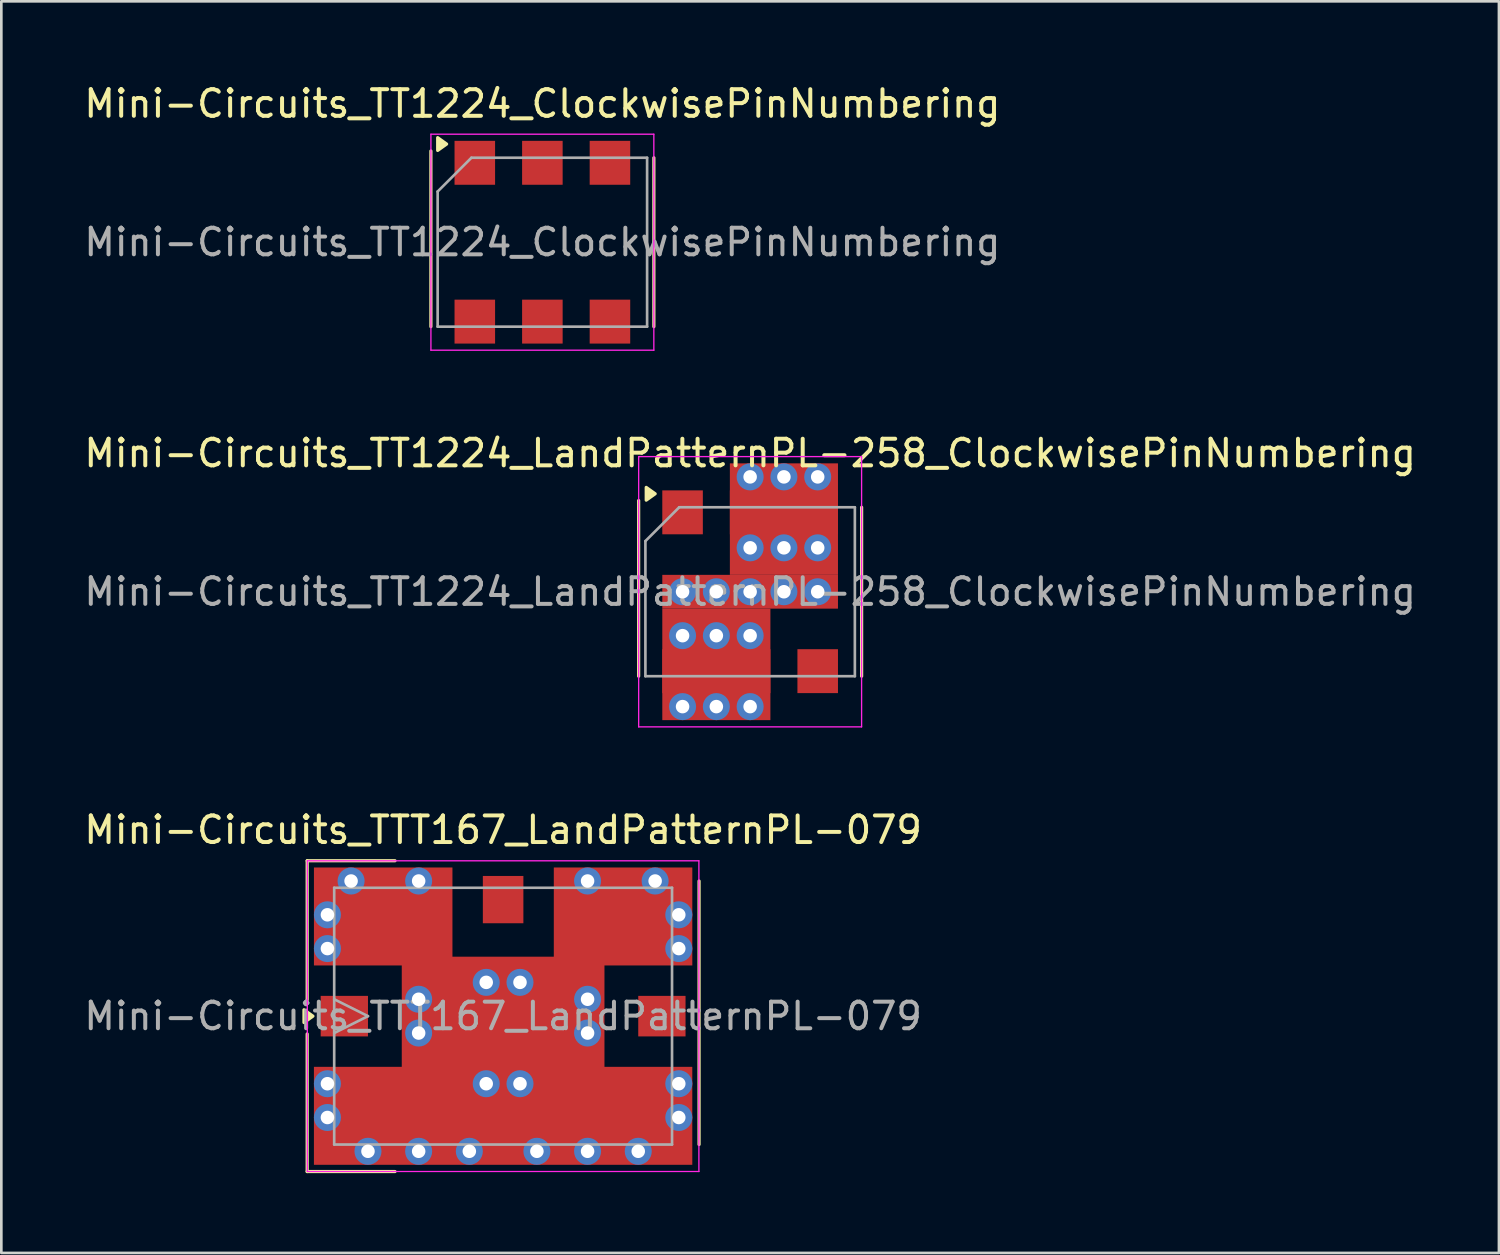
<source format=kicad_pcb>
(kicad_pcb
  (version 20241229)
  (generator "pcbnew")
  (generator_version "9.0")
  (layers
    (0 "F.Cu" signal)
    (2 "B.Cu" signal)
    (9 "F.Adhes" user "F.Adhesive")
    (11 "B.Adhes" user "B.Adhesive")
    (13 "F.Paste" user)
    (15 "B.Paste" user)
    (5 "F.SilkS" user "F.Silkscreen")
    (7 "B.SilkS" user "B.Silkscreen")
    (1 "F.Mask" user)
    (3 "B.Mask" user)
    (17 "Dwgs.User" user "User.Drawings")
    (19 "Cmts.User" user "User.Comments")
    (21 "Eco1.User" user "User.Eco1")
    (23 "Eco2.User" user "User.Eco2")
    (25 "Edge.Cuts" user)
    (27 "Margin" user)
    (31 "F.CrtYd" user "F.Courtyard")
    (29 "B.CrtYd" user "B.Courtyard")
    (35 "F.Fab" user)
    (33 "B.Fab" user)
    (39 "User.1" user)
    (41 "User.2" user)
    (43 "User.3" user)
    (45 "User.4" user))
  (footprint "Mini-Circuits_TT1224_ClockwisePinNumbering"
    (layer "F.Cu")
    (at 17.339 6.055)
    (property "Reference" "Mini-Circuits_TT1224_ClockwisePinNumbering" (at 0 -5.207 0) (layer "F.SilkS") (effects (font (size 1 1) (thickness 0.15))))
    (attr smd)
    (fp_line (start -4.191 3.175) (end -4.191 -3.429) (stroke (width 0.12) (type solid)) (layer "F.SilkS"))
    (fp_line (start 4.191 -3.175) (end 4.191 3.175) (stroke (width 0.12) (type solid)) (layer "F.SilkS"))
    (fp_poly (pts (xy -3.6 -3.69) (xy -3.936 -3.45) (xy -3.936 -3.93) (xy -3.6 -3.69)) (stroke (width 0.12) (type solid)) (fill yes) (layer "F.SilkS"))
    (fp_line (start -4.19 -4.06) (end -4.19 4.06) (stroke (width 0.05) (type solid)) (layer "F.CrtYd"))
    (fp_line (start -4.19 -4.06) (end 4.19 -4.06) (stroke (width 0.05) (type solid)) (layer "F.CrtYd"))
    (fp_line (start 4.19 4.06) (end -4.19 4.06) (stroke (width 0.05) (type solid)) (layer "F.CrtYd"))
    (fp_line (start 4.19 4.06) (end 4.19 -4.06) (stroke (width 0.05) (type solid)) (layer "F.CrtYd"))
    (fp_line (start -3.937 3.175) (end -3.937 -1.905) (stroke (width 0.1) (type solid)) (layer "F.Fab"))
    (fp_line (start -2.667 -3.175) (end -3.937 -1.905) (stroke (width 0.1) (type solid)) (layer "F.Fab"))
    (fp_line (start -2.667 -3.175) (end 3.937 -3.175) (stroke (width 0.1) (type solid)) (layer "F.Fab"))
    (fp_line (start 3.937 3.175) (end -3.937 3.175) (stroke (width 0.1) (type solid)) (layer "F.Fab"))
    (fp_line (start 3.937 3.175) (end 3.937 -3.175) (stroke (width 0.1) (type solid)) (layer "F.Fab"))
    (fp_text user "${REFERENCE}" (at 0 0 180) (layer "F.Fab") (effects (font (size 1 1) (thickness 0.15))))
    (pad "1" smd rect (at -2.54 -2.985 270) (size 1.651 1.524) (layers "F.Cu" "F.Mask" "F.Paste"))
    (pad "2" smd rect (at 0 -2.985 270) (size 1.651 1.524) (layers "F.Cu" "F.Mask" "F.Paste"))
    (pad "3" smd rect (at 2.54 -2.985 270) (size 1.651 1.524) (layers "F.Cu" "F.Mask" "F.Paste"))
    (pad "4" smd rect (at 2.54 2.985 90) (size 1.651 1.524) (layers "F.Cu" "F.Mask" "F.Paste"))
    (pad "5" smd rect (at 0 2.985 90) (size 1.651 1.524) (layers "F.Cu" "F.Mask" "F.Paste"))
    (pad "6" smd rect (at -2.54 2.985 90) (size 1.651 1.524) (layers "F.Cu" "F.Mask" "F.Paste")))
  (footprint "Mini-Circuits_TT1224_LandPatternPL-258_ClockwisePinNumbering"
    (layer "F.Cu")
    (at 25.149 19.195)
    (property "Reference" "Mini-Circuits_TT1224_LandPatternPL-258_ClockwisePinNumbering" (at 0 -5.207 0) (layer "F.SilkS") (effects (font (size 1 1) (thickness 0.15))))
    (attr smd)
    (fp_line (start -4.191 3.175) (end -4.191 -3.429) (stroke (width 0.12) (type solid)) (layer "F.SilkS"))
    (fp_line (start 4.191 -3.175) (end 4.191 3.175) (stroke (width 0.12) (type solid)) (layer "F.SilkS"))
    (fp_poly (pts (xy -3.57 -3.683) (xy -3.906 -3.443) (xy -3.906 -3.923) (xy -3.57 -3.683)) (stroke (width 0.12) (type solid)) (fill yes) (layer "F.SilkS"))
    (fp_line (start -4.19 5.08) (end -4.19 -5.08) (stroke (width 0.05) (type solid)) (layer "F.CrtYd"))
    (fp_line (start -4.19 5.08) (end 4.19 5.08) (stroke (width 0.05) (type solid)) (layer "F.CrtYd"))
    (fp_line (start 4.19 -5.08) (end -4.19 -5.08) (stroke (width 0.05) (type solid)) (layer "F.CrtYd"))
    (fp_line (start 4.19 -5.08) (end 4.19 5.08) (stroke (width 0.05) (type solid)) (layer "F.CrtYd"))
    (fp_line (start -3.937 3.175) (end -3.937 -1.905) (stroke (width 0.1) (type solid)) (layer "F.Fab"))
    (fp_line (start -2.667 -3.175) (end -3.937 -1.905) (stroke (width 0.1) (type solid)) (layer "F.Fab"))
    (fp_line (start -2.667 -3.175) (end 3.937 -3.175) (stroke (width 0.1) (type solid)) (layer "F.Fab"))
    (fp_line (start 3.937 3.175) (end -3.937 3.175) (stroke (width 0.1) (type solid)) (layer "F.Fab"))
    (fp_line (start 3.937 3.175) (end 3.937 -3.175) (stroke (width 0.1) (type solid)) (layer "F.Fab"))
    (fp_text user "${REFERENCE}" (at 0 0 180) (layer "F.Fab") (effects (font (size 1 1) (thickness 0.15))))
    (pad "1" smd rect (at -2.54 -2.985 270) (size 1.651 1.524) (layers "F.Cu" "F.Mask" "F.Paste"))
    (pad "2" thru_hole circle (at -2.54 0 90) (size 1.016 1.016) (drill 0.508) (layers "*.Cu"))
    (pad "2" thru_hole circle (at -2.54 1.651 90) (size 1.016 1.016) (drill 0.508) (layers "*.Cu"))
    (pad "2" thru_hole circle (at -2.54 4.318 90) (size 1.016 1.016) (drill 0.508) (layers "*.Cu"))
    (pad "2" thru_hole circle (at -1.27 0 90) (size 1.016 1.016) (drill 0.508) (layers "*.Cu"))
    (pad "2" thru_hole circle (at -1.27 1.651 90) (size 1.016 1.016) (drill 0.508) (layers "*.Cu"))
    (pad "2" smd rect (at -1.27 2.731 90) (size 4.191 4.064) (layers "F.Cu"))
    (pad "2" thru_hole circle (at -1.27 4.318 90) (size 1.016 1.016) (drill 0.508) (layers "*.Cu"))
    (pad "2" thru_hole circle (at 0 -4.318 90) (size 1.016 1.016) (drill 0.508) (layers "*.Cu"))
    (pad "2" smd rect (at 0 -2.985 270) (size 1.651 1.524) (layers "F.Cu" "F.Mask" "F.Paste"))
    (pad "2" thru_hole circle (at 0 -1.651 90) (size 1.016 1.016) (drill 0.508) (layers "*.Cu"))
    (pad "2" thru_hole circle (at 0 0 90) (size 1.016 1.016) (drill 0.508) (layers "*.Cu"))
    (pad "2" smd rect (at 0 0 90) (size 1.27 6.604) (layers "F.Cu"))
    (pad "2" thru_hole circle (at 0 1.651 90) (size 1.016 1.016) (drill 0.508) (layers "*.Cu"))
    (pad "2" thru_hole circle (at 0 4.318 90) (size 1.016 1.016) (drill 0.508) (layers "*.Cu"))
    (pad "2" thru_hole circle (at 1.27 -4.318 90) (size 1.016 1.016) (drill 0.508) (layers "*.Cu"))
    (pad "2" smd rect (at 1.27 -2.731 90) (size 4.191 4.064) (layers "F.Cu"))
    (pad "2" thru_hole circle (at 1.27 -1.651 90) (size 1.016 1.016) (drill 0.508) (layers "*.Cu"))
    (pad "2" thru_hole circle (at 1.27 0 90) (size 1.016 1.016) (drill 0.508) (layers "*.Cu"))
    (pad "2" thru_hole circle (at 2.54 -4.318 90) (size 1.016 1.016) (drill 0.508) (layers "*.Cu"))
    (pad "2" thru_hole circle (at 2.54 -1.651 90) (size 1.016 1.016) (drill 0.508) (layers "*.Cu"))
    (pad "2" thru_hole circle (at 2.54 0 90) (size 1.016 1.016) (drill 0.508) (layers "*.Cu"))
    (pad "3" smd rect (at 2.54 -2.985 270) (size 1.651 1.524) (layers "F.Cu" "F.Mask" "F.Paste"))
    (pad "4" smd rect (at 2.54 2.985 90) (size 1.651 1.524) (layers "F.Cu" "F.Mask" "F.Paste"))
    (pad "5" smd rect (at 0 2.985 90) (size 1.651 1.524) (layers "F.Cu" "F.Mask" "F.Paste"))
    (pad "6" smd rect (at -2.54 2.985 90) (size 1.651 1.524) (layers "F.Cu" "F.Mask" "F.Paste")))
  (footprint "Mini-Circuits_TTT167_LandPatternPL-079"
    (layer "F.Cu")
    (at 15.863 35.149)
    (property "Reference" "Mini-Circuits_TTT167_LandPatternPL-079" (at 0 -7 180) (layer "F.SilkS") (effects (font (size 1 1) (thickness 0.15))))
    (attr smd)
    (fp_line (start -7.366 -5.842) (end -7.366 -0.61) (stroke (width 0.12) (type solid)) (layer "F.SilkS"))
    (fp_line (start -7.366 5.842) (end -7.366 0.67) (stroke (width 0.12) (type solid)) (layer "F.SilkS"))
    (fp_line (start -7.366 5.842) (end -4.064 5.842) (stroke (width 0.12) (type solid)) (layer "F.SilkS"))
    (fp_line (start -4.064 -5.842) (end -7.366 -5.842) (stroke (width 0.12) (type solid)) (layer "F.SilkS"))
    (fp_line (start 7.366 4.826) (end 7.366 -5.08) (stroke (width 0.12) (type solid)) (layer "F.SilkS"))
    (fp_poly (pts (xy -7.15 0) (xy -7.486 0.24) (xy -7.486 -0.24) (xy -7.15 0)) (stroke (width 0.12) (type solid)) (fill yes) (layer "F.SilkS"))
    (fp_line (start -7.36 -5.84) (end -7.36 5.84) (stroke (width 0.05) (type solid)) (layer "F.CrtYd"))
    (fp_line (start -7.36 -5.84) (end 7.36 -5.84) (stroke (width 0.05) (type solid)) (layer "F.CrtYd"))
    (fp_line (start 7.36 5.84) (end -7.36 5.84) (stroke (width 0.05) (type solid)) (layer "F.CrtYd"))
    (fp_line (start 7.36 5.84) (end 7.36 -5.84) (stroke (width 0.05) (type solid)) (layer "F.CrtYd"))
    (fp_line (start -6.35 -4.826) (end 6.35 -4.826) (stroke (width 0.1) (type solid)) (layer "F.Fab"))
    (fp_line (start -6.35 -0.635) (end -5.08 0) (stroke (width 0.1) (type solid)) (layer "F.Fab"))
    (fp_line (start -6.35 4.826) (end -6.35 -4.826) (stroke (width 0.1) (type solid)) (layer "F.Fab"))
    (fp_line (start -5.08 0) (end -6.35 0.635) (stroke (width 0.1) (type solid)) (layer "F.Fab"))
    (fp_line (start 6.35 -4.826) (end 6.35 4.826) (stroke (width 0.1) (type solid)) (layer "F.Fab"))
    (fp_line (start 6.35 4.826) (end -6.35 4.826) (stroke (width 0.1) (type solid)) (layer "F.Fab"))
    (fp_text user "${REFERENCE}" (at 0 0 180) (layer "F.Fab") (effects (font (size 1 1) (thickness 0.15))))
    (pad "1" smd rect (at -5.969 0) (size 1.778 1.524) (layers "F.Cu" "F.Mask" "F.Paste"))
    (pad "2" smd rect (at 5.969 0 180) (size 1.778 1.524) (layers "F.Cu" "F.Mask" "F.Paste"))
    (pad "3" smd rect (at 0 -4.381 270) (size 1.778 1.524) (layers "F.Cu" "F.Mask" "F.Paste"))
    (pad "4" thru_hole circle (at -6.604 -3.81 90) (size 1.016 1.016) (drill 0.508) (layers "*.Cu"))
    (pad "4" thru_hole circle (at -6.604 -2.54 90) (size 1.016 1.016) (drill 0.508) (layers "*.Cu"))
    (pad "4" thru_hole circle (at -6.604 2.54 90) (size 1.016 1.016) (drill 0.508) (layers "*.Cu"))
    (pad "4" thru_hole circle (at -6.604 3.81 90) (size 1.016 1.016) (drill 0.508) (layers "*.Cu"))
    (pad "4" thru_hole circle (at -5.715 -5.08 90) (size 1.016 1.016) (drill 0.508) (layers "*.Cu"))
    (pad "4" thru_hole circle (at -5.08 5.08 90) (size 1.016 1.016) (drill 0.508) (layers "*.Cu"))
    (pad "4" thru_hole circle (at -3.175 -5.08 90) (size 1.016 1.016) (drill 0.508) (layers "*.Cu"))
    (pad "4" thru_hole circle (at -3.175 -0.635 90) (size 1.016 1.016) (drill 0.508) (layers "*.Cu"))
    (pad "4" thru_hole circle (at -3.175 0.635 90) (size 1.016 1.016) (drill 0.508) (layers "*.Cu"))
    (pad "4" thru_hole circle (at -3.175 5.08 90) (size 1.016 1.016) (drill 0.508) (layers "*.Cu"))
    (pad "4" smd rect (at -1.905 -5.588 180) (size 5.207 3.683) (drill (offset 2.603 -1.841)) (layers "F.Cu"))
    (pad "4" thru_hole circle (at -1.27 5.08 90) (size 1.016 1.016) (drill 0.508) (layers "*.Cu"))
    (pad "4" thru_hole circle (at -0.635 -1.27 90) (size 1.016 1.016) (drill 0.508) (layers "*.Cu"))
    (pad "4" thru_hole circle (at -0.635 2.54 90) (size 1.016 1.016) (drill 0.508) (layers "*.Cu"))
    (pad "4" smd rect (at 0 0 180) (size 7.62 4.47) (layers "F.Cu"))
    (pad "4" smd rect (at 0 4.381 90) (size 1.778 1.524) (layers "F.Cu" "F.Mask" "F.Paste"))
    (pad "4" smd rect (at 0 5.588 180) (size 14.224 3.683) (drill (offset 0 1.841)) (layers "F.Cu"))
    (pad "4" thru_hole circle (at 0.635 -1.27 90) (size 1.016 1.016) (drill 0.508) (layers "*.Cu"))
    (pad "4" thru_hole circle (at 0.635 2.54 90) (size 1.016 1.016) (drill 0.508) (layers "*.Cu"))
    (pad "4" thru_hole circle (at 1.27 5.08 90) (size 1.016 1.016) (drill 0.508) (layers "*.Cu"))
    (pad "4" thru_hole circle (at 3.175 -5.08 90) (size 1.016 1.016) (drill 0.508) (layers "*.Cu"))
    (pad "4" thru_hole circle (at 3.175 -0.635 90) (size 1.016 1.016) (drill 0.508) (layers "*.Cu"))
    (pad "4" thru_hole circle (at 3.175 0.635 90) (size 1.016 1.016) (drill 0.508) (layers "*.Cu"))
    (pad "4" thru_hole circle (at 3.175 5.08 90) (size 1.016 1.016) (drill 0.508) (layers "*.Cu"))
    (pad "4" thru_hole circle (at 5.08 5.08 90) (size 1.016 1.016) (drill 0.508) (layers "*.Cu"))
    (pad "4" thru_hole circle (at 5.715 -5.08 90) (size 1.016 1.016) (drill 0.508) (layers "*.Cu"))
    (pad "4" thru_hole circle (at 6.604 -3.81 90) (size 1.016 1.016) (drill 0.508) (layers "*.Cu"))
    (pad "4" thru_hole circle (at 6.604 -2.54 90) (size 1.016 1.016) (drill 0.508) (layers "*.Cu"))
    (pad "4" thru_hole circle (at 6.604 2.54 90) (size 1.016 1.016) (drill 0.508) (layers "*.Cu"))
    (pad "4" thru_hole circle (at 6.604 3.81 90) (size 1.016 1.016) (drill 0.508) (layers "*.Cu"))
    (pad "4" smd rect (at 7.112 -5.588 180) (size 5.207 3.683) (drill (offset 2.603 -1.841)) (layers "F.Cu"))
    (pad "5" smd rect (at 4.445 -4.381 270) (size 1.778 1.524) (layers "F.Cu" "F.Mask" "F.Paste"))
    (pad "6" smd rect (at -4.445 -4.381 270) (size 1.778 1.524) (layers "F.Cu" "F.Mask" "F.Paste")))
  (gr_rect
    (start -3 -3)
    (end 53.298 44.051)
    (stroke (width 0.1) (type default))
    (fill no)
    (layer "Edge.Cuts")))
</source>
